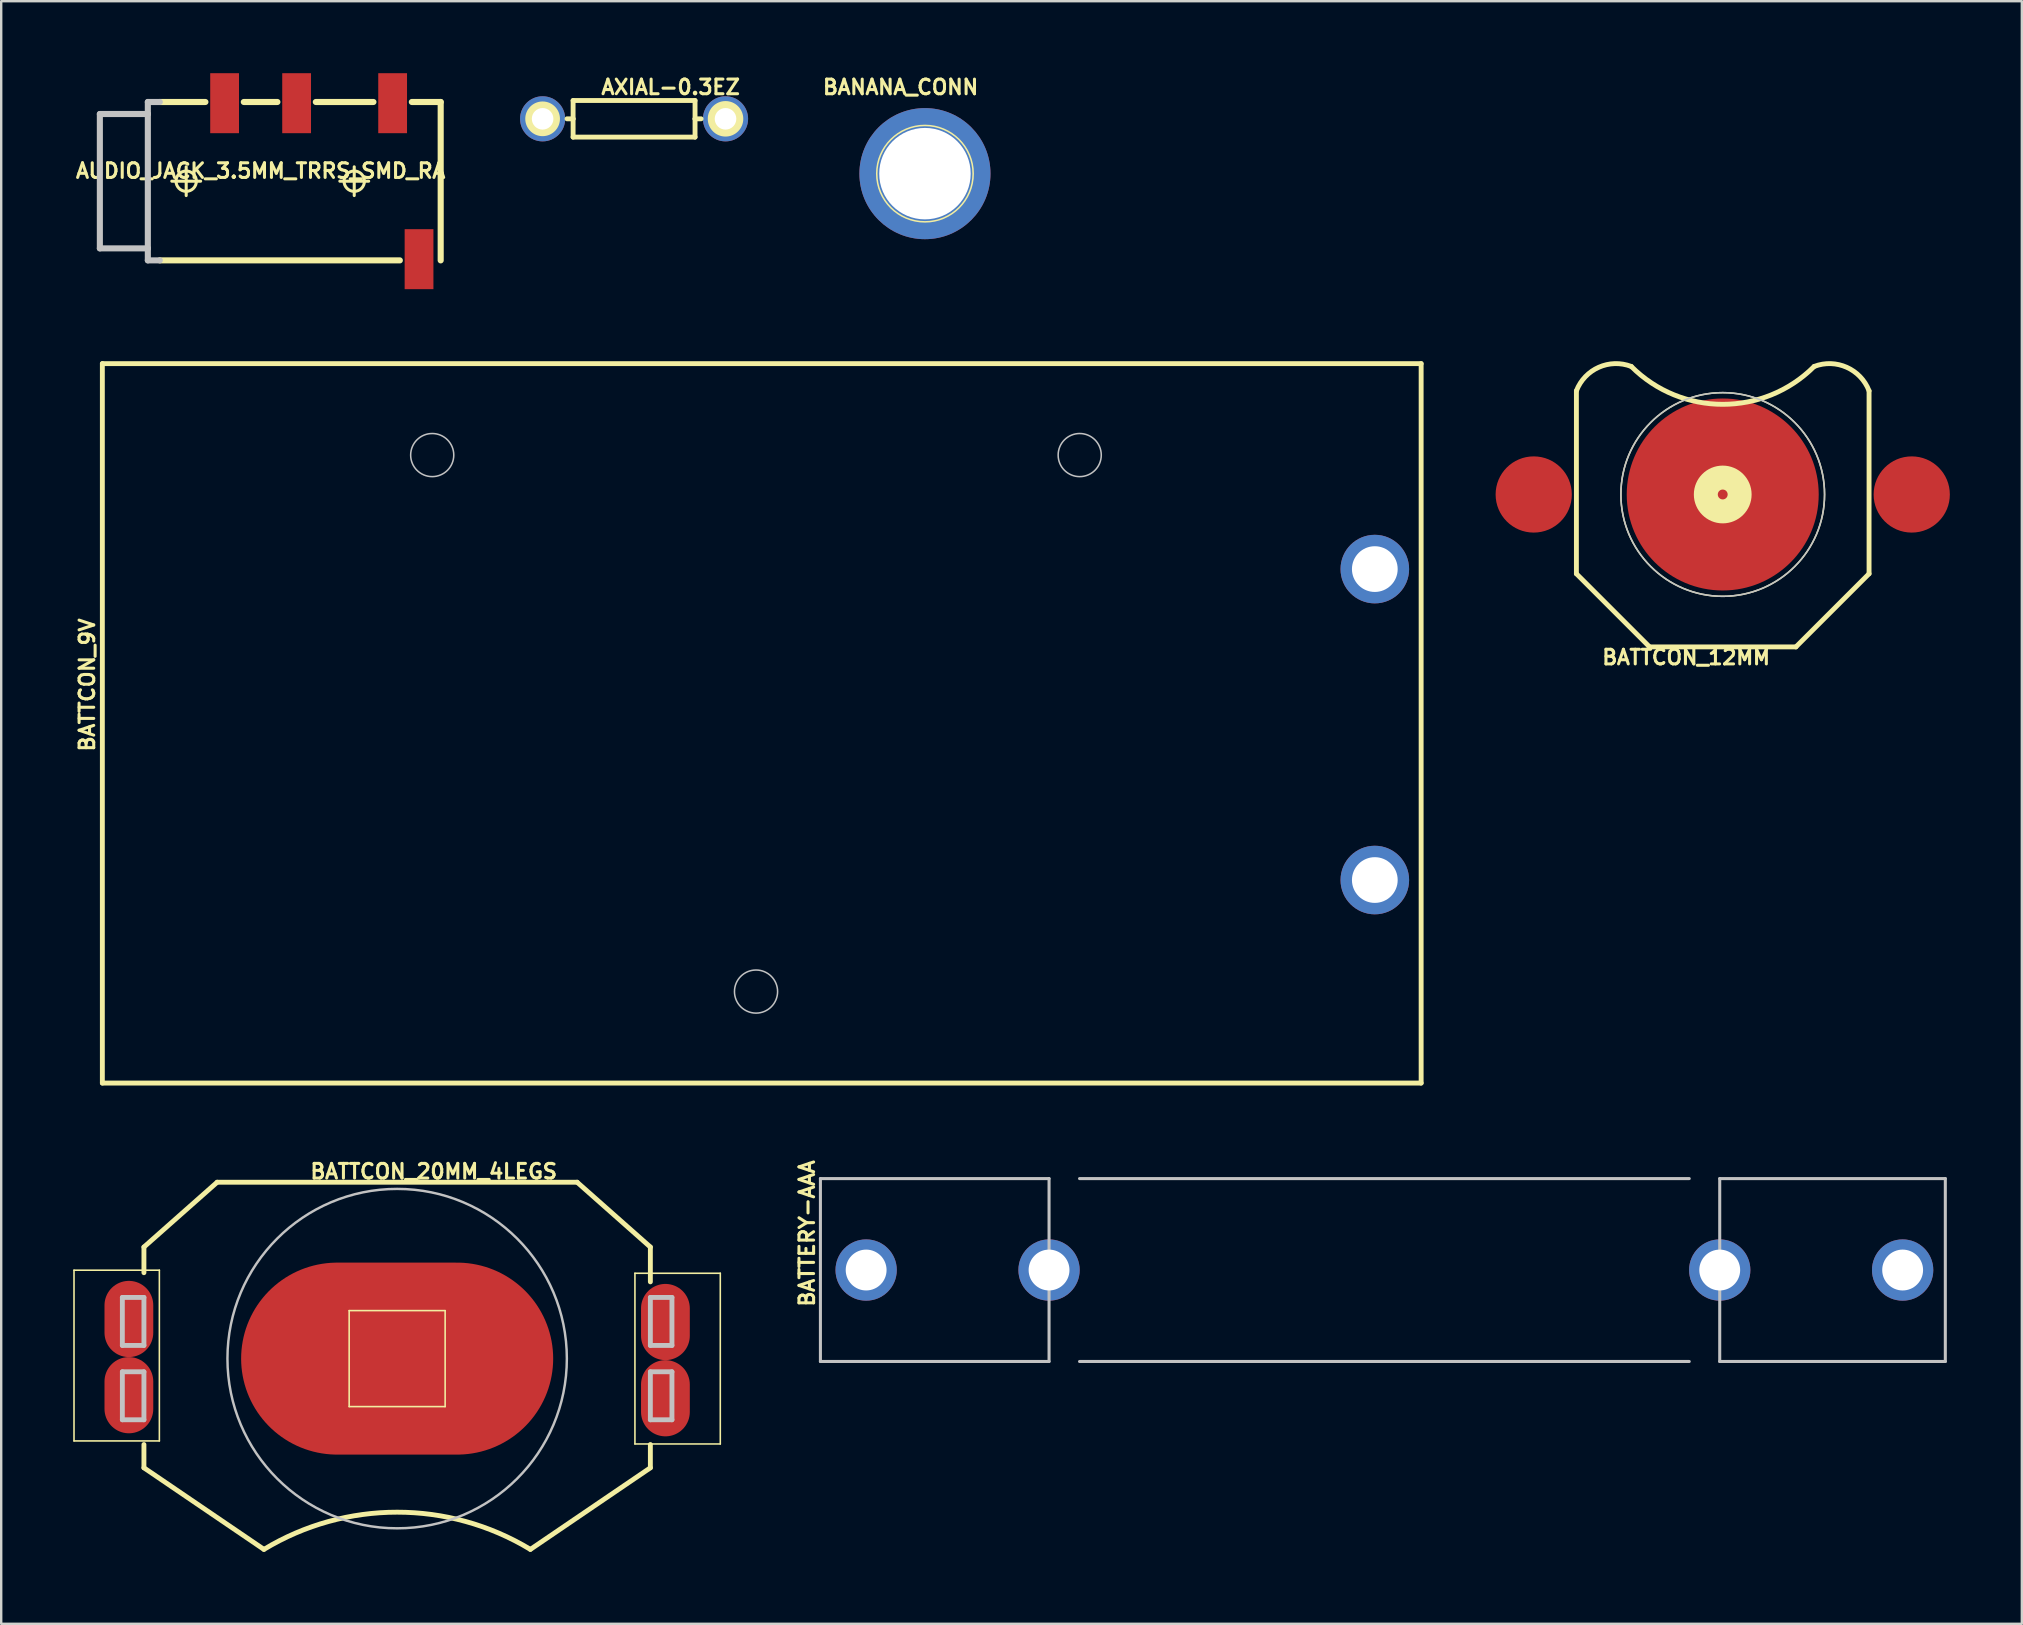
<source format=kicad_pcb>
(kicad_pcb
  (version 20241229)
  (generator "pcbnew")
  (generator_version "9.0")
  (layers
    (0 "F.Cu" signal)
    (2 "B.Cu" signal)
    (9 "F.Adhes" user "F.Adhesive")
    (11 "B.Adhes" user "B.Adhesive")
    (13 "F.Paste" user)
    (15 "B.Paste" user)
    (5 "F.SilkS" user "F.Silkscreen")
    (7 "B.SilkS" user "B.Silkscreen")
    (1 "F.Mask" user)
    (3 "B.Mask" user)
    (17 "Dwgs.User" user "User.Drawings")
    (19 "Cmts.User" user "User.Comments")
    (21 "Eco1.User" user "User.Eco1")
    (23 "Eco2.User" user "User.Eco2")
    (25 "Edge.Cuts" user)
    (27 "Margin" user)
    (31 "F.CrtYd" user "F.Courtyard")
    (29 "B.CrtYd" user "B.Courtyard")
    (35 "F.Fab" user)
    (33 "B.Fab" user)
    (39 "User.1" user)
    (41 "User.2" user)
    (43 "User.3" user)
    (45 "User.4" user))
  (footprint "AUDIO_JACK_3.5MM_TRRS_SMD_RA"
    (layer "F.Cu")
    (at 3.109 4.498)
    (property "Reference" "AUDIO_JACK_3.5MM_TRRS_SMD_RA" (at 4.699 -0.432 0) (layer "F.SilkS") (effects (font (size 0.61 0.61) (thickness 0.127))))
    (attr smd)
    (fp_line (start 0.498 -3.299) (end 2.398 -3.299) (stroke (width 0.254) (type solid)) (layer "F.SilkS"))
    (fp_line (start 0.498 3.299) (end 10.498 3.299) (stroke (width 0.254) (type solid)) (layer "F.SilkS"))
    (fp_line (start 0.998 0) (end 2.2 0) (stroke (width 0.127) (type solid)) (layer "F.SilkS"))
    (fp_line (start 1.598 0.599) (end 1.598 -0.599) (stroke (width 0.127) (type solid)) (layer "F.SilkS"))
    (fp_line (start 3.998 -3.299) (end 5.397 -3.299) (stroke (width 0.254) (type solid)) (layer "F.SilkS"))
    (fp_line (start 6.998 -3.299) (end 9.398 -3.299) (stroke (width 0.254) (type solid)) (layer "F.SilkS"))
    (fp_line (start 7.998 0) (end 9.2 0) (stroke (width 0.127) (type solid)) (layer "F.SilkS"))
    (fp_line (start 8.598 0.599) (end 8.598 -0.599) (stroke (width 0.127) (type solid)) (layer "F.SilkS"))
    (fp_line (start 12.2 -3.299) (end 10.998 -3.299) (stroke (width 0.254) (type solid)) (layer "F.SilkS"))
    (fp_line (start 12.2 -3.299) (end 12.2 3.299) (stroke (width 0.254) (type solid)) (layer "F.SilkS"))
    (fp_circle (center 1.598 0) (end 1.897 0.3) (stroke (width 0.127) (type solid)) (fill no) (layer "F.SilkS"))
    (fp_circle (center 8.598 0) (end 8.898 0.3) (stroke (width 0.127) (type solid)) (fill no) (layer "F.SilkS"))
    (fp_line (start -1.999 -2.799) (end -1.999 2.799) (stroke (width 0.254) (type solid)) (layer "Dwgs.User"))
    (fp_line (start -1.999 2.799) (end 0 2.799) (stroke (width 0.254) (type solid)) (layer "Dwgs.User"))
    (fp_line (start 0 -3.299) (end 0 -2.799) (stroke (width 0.254) (type solid)) (layer "Dwgs.User"))
    (fp_line (start 0 -2.799) (end -1.999 -2.799) (stroke (width 0.254) (type solid)) (layer "Dwgs.User"))
    (fp_line (start 0 -2.799) (end 0 2.799) (stroke (width 0.254) (type solid)) (layer "Dwgs.User"))
    (fp_line (start 0 2.799) (end 0 3.299) (stroke (width 0.254) (type solid)) (layer "Dwgs.User"))
    (fp_line (start 0 3.299) (end 0.498 3.299) (stroke (width 0.254) (type solid)) (layer "Dwgs.User"))
    (fp_line (start 0.498 -3.299) (end 0 -3.299) (stroke (width 0.254) (type solid)) (layer "Dwgs.User"))
    (pad "EART" smd rect (at 11.298 3.249) (size 1.199 2.499) (layers "F.Cu" "F.Mask" "F.Paste"))
    (pad "RING" smd rect (at 3.198 -3.249 180) (size 1.199 2.499) (layers "F.Cu" "F.Mask" "F.Paste"))
    (pad "RING" smd rect (at 6.198 -3.249) (size 1.199 2.499) (layers "F.Cu" "F.Mask" "F.Paste"))
    (pad "TIP" smd rect (at 10.198 -3.249) (size 1.199 2.499) (layers "F.Cu" "F.Mask" "F.Paste")))
  (footprint "AXIAL-0.3EZ"
    (layer "F.Cu")
    (at 23.365 1.9)
    (property "Reference" "AXIAL-0.3EZ" (at 1.524 -1.321 0) (layer "F.SilkS") (effects (font (size 0.61 0.61) (thickness 0.127))))
    (attr exclude_from_pos_files exclude_from_bom)
    (fp_line (start -2.54 -0.762) (end 2.54 -0.762) (stroke (width 0.203) (type solid)) (layer "F.SilkS"))
    (fp_line (start -2.54 0) (end -2.794 0) (stroke (width 0.203) (type solid)) (layer "F.SilkS"))
    (fp_line (start -2.54 0) (end -2.54 -0.762) (stroke (width 0.203) (type solid)) (layer "F.SilkS"))
    (fp_line (start -2.54 0.762) (end -2.54 0) (stroke (width 0.203) (type solid)) (layer "F.SilkS"))
    (fp_line (start 2.54 -0.762) (end 2.54 0) (stroke (width 0.203) (type solid)) (layer "F.SilkS"))
    (fp_line (start 2.54 0) (end 2.54 0.762) (stroke (width 0.203) (type solid)) (layer "F.SilkS"))
    (fp_line (start 2.54 0) (end 2.794 0) (stroke (width 0.203) (type solid)) (layer "F.SilkS"))
    (fp_line (start 2.54 0.762) (end -2.54 0.762) (stroke (width 0.203) (type solid)) (layer "F.SilkS"))
    (fp_circle (center -3.81 0) (end -4.321 0.511) (stroke (width 0) (type solid)) (fill yes) (layer "F.SilkS"))
    (fp_circle (center -3.81 0) (end -4.064 0.254) (stroke (width 0) (type solid)) (fill yes) (layer "F.SilkS"))
    (fp_circle (center 3.81 0) (end 4.072 0.262) (stroke (width 0) (type solid)) (fill yes) (layer "F.SilkS"))
    (fp_circle (center 3.81 0) (end 4.333 0.523) (stroke (width 0) (type solid)) (fill yes) (layer "F.SilkS"))
    (pad "P$1" thru_hole circle (at -3.81 0) (size 1.88 1.88) (drill 0.899) (layers "*.Cu" "*.Paste" "*.Mask"))
    (pad "P$2" thru_hole circle (at 3.81 0) (size 1.88 1.88) (drill 0.899) (layers "*.Cu" "*.Paste" "*.Mask")))
  (footprint "BATTERY-AAA"
    (layer "F.Cu")
    (at 54.623 49.859)
    (property "Reference" "BATTERY-AAA" (at -24.054 -1.524 90) (layer "F.SilkS") (effects (font (size 0.61 0.61) (thickness 0.127))))
    (attr exclude_from_pos_files exclude_from_bom)
    (fp_line (start -23.495 -3.81) (end -13.97 -3.81) (stroke (width 0.127) (type solid)) (layer "Dwgs.User"))
    (fp_line (start -23.495 3.81) (end -23.495 -3.81) (stroke (width 0.127) (type solid)) (layer "Dwgs.User"))
    (fp_line (start -13.97 -3.81) (end -13.97 3.81) (stroke (width 0.127) (type solid)) (layer "Dwgs.User"))
    (fp_line (start -13.97 3.81) (end -23.495 3.81) (stroke (width 0.127) (type solid)) (layer "Dwgs.User"))
    (fp_line (start -12.7 -3.81) (end 12.7 -3.81) (stroke (width 0.127) (type solid)) (layer "Dwgs.User"))
    (fp_line (start 12.7 3.81) (end -12.7 3.81) (stroke (width 0.127) (type solid)) (layer "Dwgs.User"))
    (fp_line (start 13.97 -3.81) (end 13.97 3.81) (stroke (width 0.127) (type solid)) (layer "Dwgs.User"))
    (fp_line (start 13.97 3.81) (end 23.368 3.81) (stroke (width 0.127) (type solid)) (layer "Dwgs.User"))
    (fp_line (start 23.368 -3.81) (end 13.97 -3.81) (stroke (width 0.127) (type solid)) (layer "Dwgs.User"))
    (fp_line (start 23.368 3.81) (end 23.368 -3.81) (stroke (width 0.127) (type solid)) (layer "Dwgs.User"))
    (pad "GND@" thru_hole circle (at 13.97 0) (size 2.553 2.553) (drill 1.702) (layers "*.Cu" "*.Paste" "*.Mask"))
    (pad "GND@" thru_hole circle (at 21.59 0) (size 2.553 2.553) (drill 1.702) (layers "*.Cu" "*.Paste" "*.Mask"))
    (pad "PWR@" thru_hole circle (at -21.59 0) (size 2.553 2.553) (drill 1.702) (layers "*.Cu" "*.Paste" "*.Mask"))
    (pad "PWR@" thru_hole circle (at -13.97 0) (size 2.553 2.553) (drill 1.702) (layers "*.Cu" "*.Paste" "*.Mask")))
  (footprint "BANANA_CONN"
    (layer "F.Cu")
    (at 35.483 4.184)
    (property "Reference" "BANANA_CONN" (at -1.016 -3.604 0) (layer "F.SilkS") (effects (font (size 0.61 0.61) (thickness 0.127))))
    (attr exclude_from_pos_files exclude_from_bom)
    (fp_circle (center 0 0) (end -1.42 1.42) (stroke (width 0.064) (type solid)) (fill no) (layer "F.SilkS"))
    (pad "P$1" thru_hole circle (at 0 0) (size 5.461 5.461) (drill 3.81) (layers "*.Cu" "*.Paste" "*.Mask")))
  (footprint "BATTCON_12MM"
    (layer "F.Cu")
    (at 68.718 17.55)
    (property "Reference" "BATTCON_12MM" (at -1.524 6.782 180) (layer "F.SilkS") (effects (font (size 0.61 0.61) (thickness 0.127))))
    (attr smd)
    (fp_line (start -6.096 3.302) (end -6.096 -4.318) (stroke (width 0.203) (type solid)) (layer "F.SilkS"))
    (fp_line (start -3.048 6.35) (end -6.096 3.302) (stroke (width 0.203) (type solid)) (layer "F.SilkS"))
    (fp_line (start 3.048 6.35) (end -3.048 6.35) (stroke (width 0.203) (type solid)) (layer "F.SilkS"))
    (fp_line (start 6.096 -4.318) (end 6.096 3.302) (stroke (width 0.203) (type solid)) (layer "F.SilkS"))
    (fp_line (start 6.096 3.302) (end 3.048 6.35) (stroke (width 0.203) (type solid)) (layer "F.SilkS"))
    (fp_arc (start -6.096 -4.318) (mid -5.16342 -5.299446) (end -3.81 -5.334) (stroke (width 0.2032) (type solid)) (layer "F.SilkS"))
    (fp_arc (start 3.81 -5.334) (mid 0 -3.755846) (end -3.81 -5.334) (stroke (width 0.2032) (type solid)) (layer "F.SilkS"))
    (fp_arc (start 3.81 -5.334) (mid 5.16342 -5.299446) (end 6.096 -4.318) (stroke (width 0.2032) (type solid)) (layer "F.SilkS"))
    (fp_circle (center 0 0) (end -3 3) (stroke (width 0.064) (type solid)) (fill no) (layer "F.SilkS"))
    (fp_circle (center 0 0) (end -0.498 0.498) (stroke (width 0.998) (type solid)) (fill no) (layer "F.SilkS"))
    (fp_circle (center 0 0) (end -3 3) (stroke (width 0.064) (type solid)) (fill no) (layer "Dwgs.User"))
    (pad "GND" smd circle (at 0 0) (size 7.998 7.998) (layers "F.Cu" "F.Mask" "F.Paste"))
    (pad "PWR@" smd circle (at -7.874 0) (size 3.175 3.175) (layers "F.Cu" "F.Mask" "F.Paste"))
    (pad "PWR@" smd circle (at 7.874 0) (size 3.175 3.175) (layers "F.Cu" "F.Mask" "F.Paste")))
  (footprint "BATTCON_9V"
    (layer "F.Cu")
    (at 54.224 20.658)
    (property "Reference" "BATTCON_9V" (at -53.645 4.826 90) (layer "F.SilkS") (effects (font (size 0.61 0.61) (thickness 0.127))))
    (attr exclude_from_pos_files exclude_from_bom)
    (fp_line (start -53.01 -8.56) (end 1.93 -8.56) (stroke (width 0.203) (type solid)) (layer "F.SilkS"))
    (fp_line (start -53.01 21.412) (end -53.01 -8.56) (stroke (width 0.203) (type solid)) (layer "F.SilkS"))
    (fp_line (start 1.93 -8.56) (end 1.93 21.412) (stroke (width 0.203) (type solid)) (layer "F.SilkS"))
    (fp_line (start 1.93 21.412) (end -53.01 21.412) (stroke (width 0.203) (type solid)) (layer "F.SilkS"))
    (fp_circle (center -39.268 -4.75) (end -39.903 -5.385) (stroke (width 0.064) (type solid)) (fill no) (layer "Dwgs.User"))
    (fp_circle (center -25.778 17.6) (end -26.413 18.235) (stroke (width 0.064) (type solid)) (fill no) (layer "Dwgs.User"))
    (fp_circle (center -12.294 -4.75) (end -12.929 -5.385) (stroke (width 0.064) (type solid)) (fill no) (layer "Dwgs.User"))
    (pad "+" thru_hole circle (at 0 0) (size 2.857 2.857) (drill 1.905) (layers "*.Cu" "*.Paste" "*.Mask"))
    (pad "-" thru_hole circle (at 0 12.954) (size 2.857 2.857) (drill 1.905) (layers "*.Cu" "*.Paste" "*.Mask")))
  (footprint "BATTCON_20MM_4LEGS"
    (layer "F.Cu")
    (at 13.495 53.549)
    (property "Reference" "BATTCON_20MM_4LEGS" (at 1.524 -7.798 0) (layer "F.SilkS") (effects (font (size 0.61 0.61) (thickness 0.127))))
    (attr smd)
    (fp_line (start -13.462 -3.683) (end -9.906 -3.683) (stroke (width 0.066) (type solid)) (layer "F.SilkS"))
    (fp_line (start -13.462 3.429) (end -13.462 -3.683) (stroke (width 0.066) (type solid)) (layer "F.SilkS"))
    (fp_line (start -13.462 3.429) (end -9.906 3.429) (stroke (width 0.066) (type solid)) (layer "F.SilkS"))
    (fp_line (start -10.549 -3.579) (end -10.549 -4.648) (stroke (width 0.203) (type solid)) (layer "F.SilkS"))
    (fp_line (start -10.549 4.549) (end -10.549 3.579) (stroke (width 0.203) (type solid)) (layer "F.SilkS"))
    (fp_line (start -9.906 3.429) (end -9.906 -3.683) (stroke (width 0.066) (type solid)) (layer "F.SilkS"))
    (fp_line (start -7.498 -7.348) (end -10.549 -4.648) (stroke (width 0.203) (type solid)) (layer "F.SilkS"))
    (fp_line (start -7.498 -7.348) (end 7.498 -7.348) (stroke (width 0.203) (type solid)) (layer "F.SilkS"))
    (fp_line (start -5.55 7.948) (end -10.549 4.549) (stroke (width 0.203) (type solid)) (layer "F.SilkS"))
    (fp_line (start -1.999 -1.999) (end 1.999 -1.999) (stroke (width 0.066) (type solid)) (layer "F.SilkS"))
    (fp_line (start -1.999 1.999) (end -1.999 -1.999) (stroke (width 0.066) (type solid)) (layer "F.SilkS"))
    (fp_line (start -1.999 1.999) (end 1.999 1.999) (stroke (width 0.066) (type solid)) (layer "F.SilkS"))
    (fp_line (start 1.999 1.999) (end 1.999 -1.999) (stroke (width 0.066) (type solid)) (layer "F.SilkS"))
    (fp_line (start 7.498 -7.348) (end 10.549 -4.648) (stroke (width 0.203) (type solid)) (layer "F.SilkS"))
    (fp_line (start 9.906 -3.556) (end 13.462 -3.556) (stroke (width 0.066) (type solid)) (layer "F.SilkS"))
    (fp_line (start 9.906 3.556) (end 9.906 -3.556) (stroke (width 0.066) (type solid)) (layer "F.SilkS"))
    (fp_line (start 9.906 3.556) (end 13.462 3.556) (stroke (width 0.066) (type solid)) (layer "F.SilkS"))
    (fp_line (start 10.549 -4.648) (end 10.549 -3.198) (stroke (width 0.203) (type solid)) (layer "F.SilkS"))
    (fp_line (start 10.549 4.549) (end 5.55 7.948) (stroke (width 0.203) (type solid)) (layer "F.SilkS"))
    (fp_line (start 10.549 4.549) (end 10.549 3.579) (stroke (width 0.203) (type solid)) (layer "F.SilkS"))
    (fp_line (start 13.462 3.556) (end 13.462 -3.556) (stroke (width 0.066) (type solid)) (layer "F.SilkS"))
    (fp_arc (start -5.5499 7.94766) (mid -0.001137 6.397783) (end 5.547956 7.946482) (stroke (width 0.2032) (type solid)) (layer "F.SilkS"))
    (fp_line (start -11.448 -2.548) (end -10.549 -2.548) (stroke (width 0.203) (type solid)) (layer "Dwgs.User"))
    (fp_line (start -11.448 -0.549) (end -11.448 -2.548) (stroke (width 0.203) (type solid)) (layer "Dwgs.User"))
    (fp_line (start -11.448 0.549) (end -10.549 0.549) (stroke (width 0.203) (type solid)) (layer "Dwgs.User"))
    (fp_line (start -11.448 2.548) (end -11.448 0.549) (stroke (width 0.203) (type solid)) (layer "Dwgs.User"))
    (fp_line (start -10.549 -2.548) (end -10.549 -0.549) (stroke (width 0.203) (type solid)) (layer "Dwgs.User"))
    (fp_line (start -10.549 -0.549) (end -11.448 -0.549) (stroke (width 0.203) (type solid)) (layer "Dwgs.User"))
    (fp_line (start -10.549 0.549) (end -10.549 2.548) (stroke (width 0.203) (type solid)) (layer "Dwgs.User"))
    (fp_line (start -10.549 2.548) (end -11.448 2.548) (stroke (width 0.203) (type solid)) (layer "Dwgs.User"))
    (fp_line (start 10.549 -2.548) (end 10.549 -0.549) (stroke (width 0.203) (type solid)) (layer "Dwgs.User"))
    (fp_line (start 10.549 -2.548) (end 11.448 -2.548) (stroke (width 0.203) (type solid)) (layer "Dwgs.User"))
    (fp_line (start 10.549 0.549) (end 10.549 2.548) (stroke (width 0.203) (type solid)) (layer "Dwgs.User"))
    (fp_line (start 10.549 0.549) (end 11.448 0.549) (stroke (width 0.203) (type solid)) (layer "Dwgs.User"))
    (fp_line (start 11.448 -2.548) (end 11.448 -0.549) (stroke (width 0.203) (type solid)) (layer "Dwgs.User"))
    (fp_line (start 11.448 -0.549) (end 10.549 -0.549) (stroke (width 0.203) (type solid)) (layer "Dwgs.User"))
    (fp_line (start 11.448 0.549) (end 11.448 2.548) (stroke (width 0.203) (type solid)) (layer "Dwgs.User"))
    (fp_line (start 11.448 2.548) (end 10.549 2.548) (stroke (width 0.203) (type solid)) (layer "Dwgs.User"))
    (fp_circle (center 0 0) (end -4.999 4.999) (stroke (width 0.102) (type solid)) (fill no) (layer "Dwgs.User"))
    (pad "NEGA" smd oval (at 0 0) (size 13 7.998) (layers "F.Cu" "F.Mask" "F.Paste"))
    (pad "POSI" smd oval (at -11.176 -1.651 180) (size 2.032 3.175) (layers "F.Cu" "F.Mask" "F.Paste"))
    (pad "POSI" smd oval (at -11.176 1.524) (size 2.032 3.175) (layers "F.Cu" "F.Mask" "F.Paste"))
    (pad "POSI" smd oval (at 11.176 -1.524 180) (size 2.032 3.175) (layers "F.Cu" "F.Mask" "F.Paste"))
    (pad "POSI" smd oval (at 11.176 1.651) (size 2.032 3.175) (layers "F.Cu" "F.Mask" "F.Paste")))
  (gr_rect
    (start -3 -3)
    (end 81.179 64.598)
    (stroke (width 0.1) (type default))
    (fill no)
    (layer "Edge.Cuts")))
</source>
